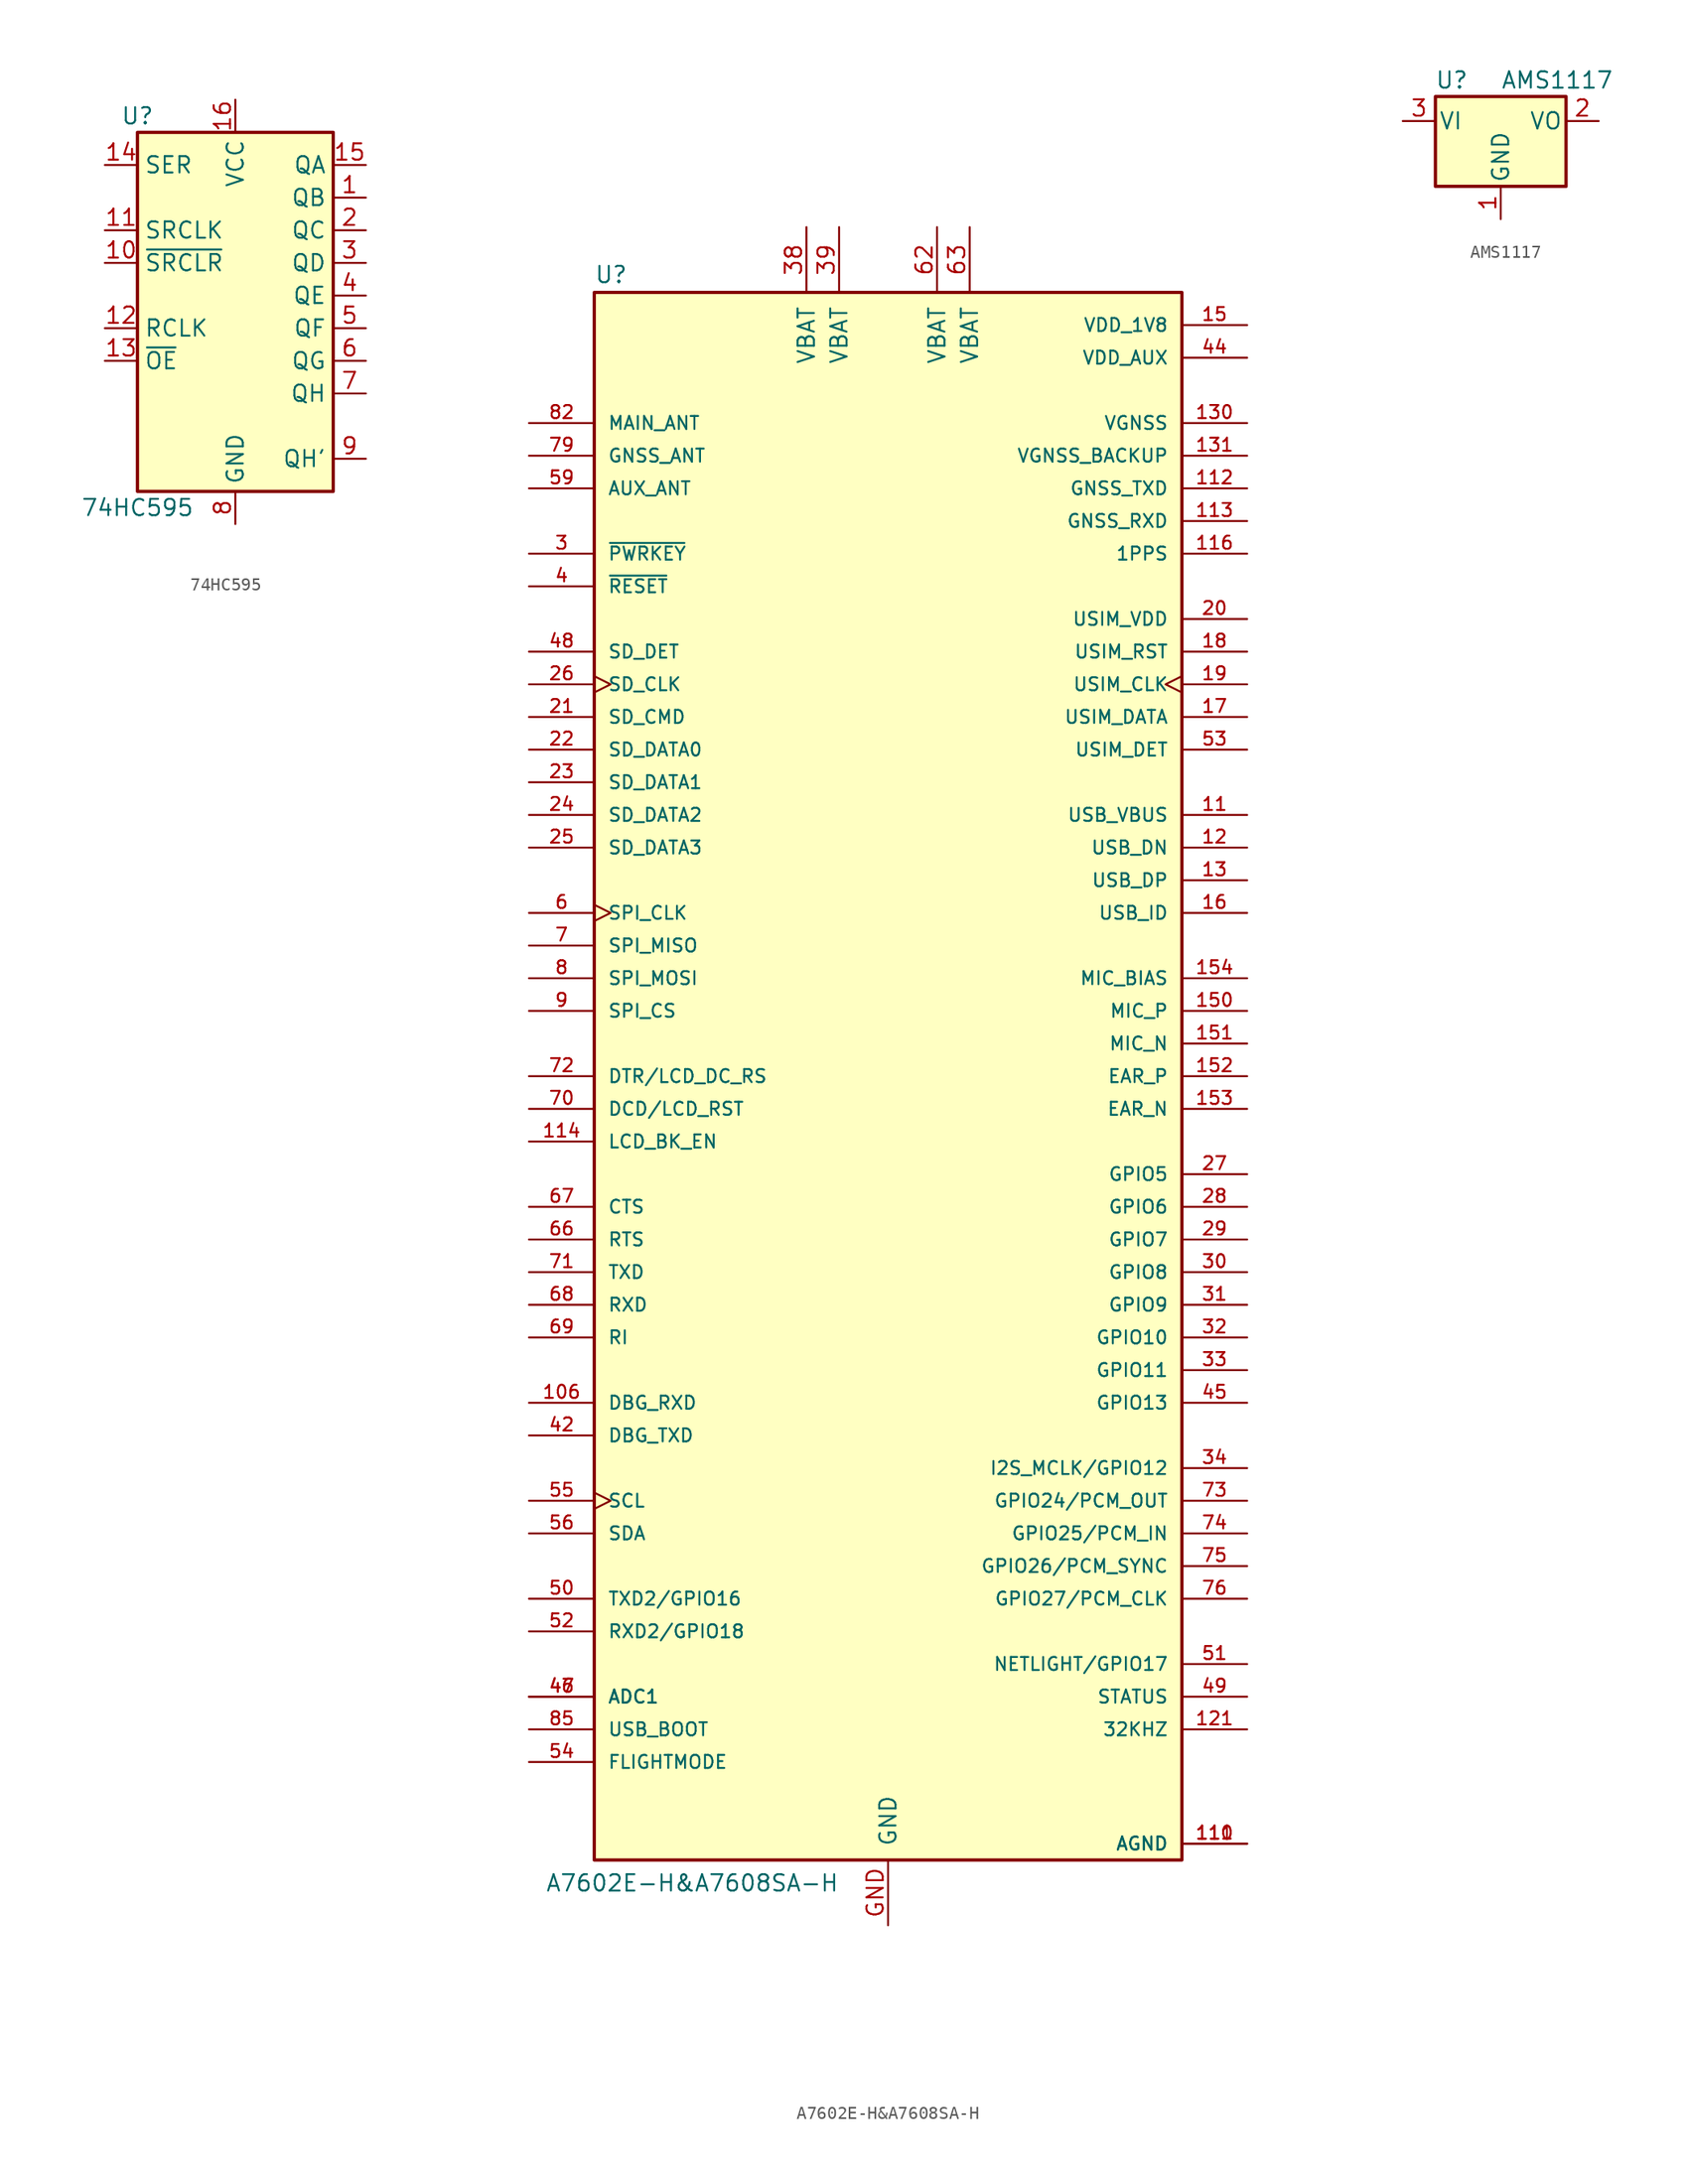
<source format=kicad_sym>
(kicad_symbol_lib
  (version 20220914)
  (generator kicad_symbol_editor)
  (symbol "74HC595"
    (property "Reference" "U"
      (at -7.62 13.97 0)
      (effects (font (size 1.27 1.27))))
    (property "Value" "74HC595"
      (at -7.62 -16.51 0)
      (effects (font (size 1.27 1.27))))
    (symbol "74HC595_1_0"
      (pin tri_state line (at 10.16 7.62 180) (length 2.54) (name "QB" (effects (font (size 1.27 1.27)))) (number "1" (effects (font (size 1.27 1.27)))))
      (pin input line (at -10.16 2.54 0) (length 2.54) (name "~{SRCLR}" (effects (font (size 1.27 1.27)))) (number "10" (effects (font (size 1.27 1.27)))))
      (pin input line (at -10.16 5.08 0) (length 2.54) (name "SRCLK" (effects (font (size 1.27 1.27)))) (number "11" (effects (font (size 1.27 1.27)))))
      (pin input line (at -10.16 -2.54 0) (length 2.54) (name "RCLK" (effects (font (size 1.27 1.27)))) (number "12" (effects (font (size 1.27 1.27)))))
      (pin input line (at -10.16 -5.08 0) (length 2.54) (name "~{OE}" (effects (font (size 1.27 1.27)))) (number "13" (effects (font (size 1.27 1.27)))))
      (pin input line (at -10.16 10.16 0) (length 2.54) (name "SER" (effects (font (size 1.27 1.27)))) (number "14" (effects (font (size 1.27 1.27)))))
      (pin tri_state line (at 10.16 10.16 180) (length 2.54) (name "QA" (effects (font (size 1.27 1.27)))) (number "15" (effects (font (size 1.27 1.27)))))
      (pin power_in line (at 0 15.24 270) (length 2.54) (name "VCC" (effects (font (size 1.27 1.27)))) (number "16" (effects (font (size 1.27 1.27)))))
      (pin tri_state line (at 10.16 5.08 180) (length 2.54) (name "QC" (effects (font (size 1.27 1.27)))) (number "2" (effects (font (size 1.27 1.27)))))
      (pin tri_state line (at 10.16 2.54 180) (length 2.54) (name "QD" (effects (font (size 1.27 1.27)))) (number "3" (effects (font (size 1.27 1.27)))))
      (pin tri_state line (at 10.16 0 180) (length 2.54) (name "QE" (effects (font (size 1.27 1.27)))) (number "4" (effects (font (size 1.27 1.27)))))
      (pin tri_state line (at 10.16 -2.54 180) (length 2.54) (name "QF" (effects (font (size 1.27 1.27)))) (number "5" (effects (font (size 1.27 1.27)))))
      (pin tri_state line (at 10.16 -5.08 180) (length 2.54) (name "QG" (effects (font (size 1.27 1.27)))) (number "6" (effects (font (size 1.27 1.27)))))
      (pin tri_state line (at 10.16 -7.62 180) (length 2.54) (name "QH" (effects (font (size 1.27 1.27)))) (number "7" (effects (font (size 1.27 1.27)))))
      (pin power_in line (at 0 -17.78 90) (length 2.54) (name "GND" (effects (font (size 1.27 1.27)))) (number "8" (effects (font (size 1.27 1.27)))))
      (pin output line (at 10.16 -12.7 180) (length 2.54) (name "QH'" (effects (font (size 1.27 1.27)))) (number "9" (effects (font (size 1.27 1.27))))))
    (symbol "74HC595_1_1"
      (rectangle (start -7.62 12.7) (end 7.62 -15.24) (stroke (width 0.254) (type default)) (fill (type background)))))
  (symbol "A7602E-H&A7608SA-H"
    (pin_names
      (offset 1.016))
    (property "Reference" "U"
      (at -22.86 61.595 0)
      (effects (font (size 1.27 1.27)) (justify left bottom)))
    (property "Value" "A7602E-H&A7608SA-H"
      (at -26.67 -63.5 0)
      (effects (font (size 1.27 1.27)) (justify left bottom)))
    (symbol "A7602E-H&A7608SA-H_1_0"
      (rectangle (start -22.86 -60.96) (end 22.86 60.96) (stroke (width 0.254) (type default)) (fill (type background)))
      (pin input line (at -27.94 -25.4 0) (length 5.08) (name "DBG_RXD" (effects (font (size 1.016 1.016)))) (number "106" (effects (font (size 1.016 1.016)))))
      (pin input line (at 27.94 20.32 180) (length 5.08) (name "USB_VBUS" (effects (font (size 1.016 1.016)))) (number "11" (effects (font (size 1.016 1.016)))))
      (pin power_in line (at 27.94 -59.69 180) (length 5.08) (name "AGND" (effects (font (size 1.016 1.016)))) (number "110" (effects (font (size 1.016 1.016)))))
      (pin power_in line (at 27.94 -59.69 180) (length 5.08) (name "AGND" (effects (font (size 1.016 1.016)))) (number "111" (effects (font (size 1.016 1.016)))))
      (pin output line (at 27.94 45.72 180) (length 5.08) (name "GNSS_TXD" (effects (font (size 1.016 1.016)))) (number "112" (effects (font (size 1.016 1.016)))))
      (pin input line (at 27.94 43.18 180) (length 5.08) (name "GNSS_RXD" (effects (font (size 1.016 1.016)))) (number "113" (effects (font (size 1.016 1.016)))))
      (pin output line (at -27.94 -5.08 0) (length 5.08) (name "LCD_BK_EN" (effects (font (size 1.016 1.016)))) (number "114" (effects (font (size 1.016 1.016)))))
      (pin bidirectional line (at 27.94 40.64 180) (length 5.08) (name "1PPS" (effects (font (size 1.016 1.016)))) (number "116" (effects (font (size 1.016 1.016)))))
      (pin bidirectional line (at 27.94 17.78 180) (length 5.08) (name "USB_DN" (effects (font (size 1.016 1.016)))) (number "12" (effects (font (size 1.016 1.016)))))
      (pin output line (at 27.94 -50.8 180) (length 5.08) (name "32KHZ" (effects (font (size 1.016 1.016)))) (number "121" (effects (font (size 1.016 1.016)))))
      (pin bidirectional line (at 27.94 15.24 180) (length 5.08) (name "USB_DP" (effects (font (size 1.016 1.016)))) (number "13" (effects (font (size 1.016 1.016)))))
      (pin power_in line (at 27.94 50.8 180) (length 5.08) (name "VGNSS" (effects (font (size 1.016 1.016)))) (number "130" (effects (font (size 1.016 1.016)))))
      (pin power_in line (at 27.94 48.26 180) (length 5.08) (name "VGNSS_BACKUP" (effects (font (size 1.016 1.016)))) (number "131" (effects (font (size 1.016 1.016)))))
      (pin output line (at 27.94 58.42 180) (length 5.08) (name "VDD_1V8" (effects (font (size 1.016 1.016)))) (number "15" (effects (font (size 1.016 1.016)))))
      (pin input line (at 27.94 5.08 180) (length 5.08) (name "MIC_P" (effects (font (size 1.016 1.016)))) (number "150" (effects (font (size 1.016 1.016)))))
      (pin input line (at 27.94 2.54 180) (length 5.08) (name "MIC_N" (effects (font (size 1.016 1.016)))) (number "151" (effects (font (size 1.016 1.016)))))
      (pin output line (at 27.94 0 180) (length 5.08) (name "EAR_P" (effects (font (size 1.016 1.016)))) (number "152" (effects (font (size 1.016 1.016)))))
      (pin output line (at 27.94 -2.54 180) (length 5.08) (name "EAR_N" (effects (font (size 1.016 1.016)))) (number "153" (effects (font (size 1.016 1.016)))))
      (pin output line (at 27.94 7.62 180) (length 5.08) (name "MIC_BIAS" (effects (font (size 1.016 1.016)))) (number "154" (effects (font (size 1.016 1.016)))))
      (pin input line (at 27.94 12.7 180) (length 5.08) (name "USB_ID" (effects (font (size 1.016 1.016)))) (number "16" (effects (font (size 1.016 1.016)))))
      (pin bidirectional line (at 27.94 27.94 180) (length 5.08) (name "USIM_DATA" (effects (font (size 1.016 1.016)))) (number "17" (effects (font (size 1.016 1.016)))))
      (pin output line (at 27.94 33.02 180) (length 5.08) (name "USIM_RST" (effects (font (size 1.016 1.016)))) (number "18" (effects (font (size 1.016 1.016)))))
      (pin output clock (at 27.94 30.48 180) (length 5.08) (name "USIM_CLK" (effects (font (size 1.016 1.016)))) (number "19" (effects (font (size 1.016 1.016)))))
      (pin power_in line (at 27.94 35.56 180) (length 5.08) (name "USIM_VDD" (effects (font (size 1.016 1.016)))) (number "20" (effects (font (size 1.016 1.016)))))
      (pin bidirectional line (at -27.94 27.94 0) (length 5.08) (name "SD_CMD" (effects (font (size 1.016 1.016)))) (number "21" (effects (font (size 1.016 1.016)))))
      (pin bidirectional line (at -27.94 25.4 0) (length 5.08) (name "SD_DATA0" (effects (font (size 1.016 1.016)))) (number "22" (effects (font (size 1.016 1.016)))))
      (pin bidirectional line (at -27.94 22.86 0) (length 5.08) (name "SD_DATA1" (effects (font (size 1.016 1.016)))) (number "23" (effects (font (size 1.016 1.016)))))
      (pin bidirectional line (at -27.94 20.32 0) (length 5.08) (name "SD_DATA2" (effects (font (size 1.016 1.016)))) (number "24" (effects (font (size 1.016 1.016)))))
      (pin bidirectional line (at -27.94 17.78 0) (length 5.08) (name "SD_DATA3" (effects (font (size 1.016 1.016)))) (number "25" (effects (font (size 1.016 1.016)))))
      (pin output clock (at -27.94 30.48 0) (length 5.08) (name "SD_CLK" (effects (font (size 1.016 1.016)))) (number "26" (effects (font (size 1.016 1.016)))))
      (pin bidirectional line (at 27.94 -7.62 180) (length 5.08) (name "GPIO5" (effects (font (size 1.016 1.016)))) (number "27" (effects (font (size 1.016 1.016)))))
      (pin bidirectional line (at 27.94 -10.16 180) (length 5.08) (name "GPIO6" (effects (font (size 1.016 1.016)))) (number "28" (effects (font (size 1.016 1.016)))))
      (pin bidirectional line (at 27.94 -12.7 180) (length 5.08) (name "GPIO7" (effects (font (size 1.016 1.016)))) (number "29" (effects (font (size 1.016 1.016)))))
      (pin input line (at -27.94 40.64 0) (length 5.08) (name "~{PWRKEY}" (effects (font (size 1.016 1.016)))) (number "3" (effects (font (size 1.016 1.016)))))
      (pin bidirectional line (at 27.94 -15.24 180) (length 5.08) (name "GPIO8" (effects (font (size 1.016 1.016)))) (number "30" (effects (font (size 1.016 1.016)))))
      (pin bidirectional line (at 27.94 -17.78 180) (length 5.08) (name "GPIO9" (effects (font (size 1.016 1.016)))) (number "31" (effects (font (size 1.016 1.016)))))
      (pin bidirectional line (at 27.94 -20.32 180) (length 5.08) (name "GPIO10" (effects (font (size 1.016 1.016)))) (number "32" (effects (font (size 1.016 1.016)))))
      (pin bidirectional line (at 27.94 -22.86 180) (length 5.08) (name "GPIO11" (effects (font (size 1.016 1.016)))) (number "33" (effects (font (size 1.016 1.016)))))
      (pin bidirectional line (at 27.94 -30.48 180) (length 5.08) (name "I2S_MCLK/GPIO12" (effects (font (size 1.016 1.016)))) (number "34" (effects (font (size 1.016 1.016)))))
      (pin input line (at -27.94 38.1 0) (length 5.08) (name "~{RESET}" (effects (font (size 1.016 1.016)))) (number "4" (effects (font (size 1.016 1.016)))))
      (pin output line (at -27.94 -27.94 0) (length 5.08) (name "DBG_TXD" (effects (font (size 1.016 1.016)))) (number "42" (effects (font (size 1.016 1.016)))))
      (pin output line (at 27.94 55.88 180) (length 5.08) (name "VDD_AUX" (effects (font (size 1.016 1.016)))) (number "44" (effects (font (size 1.016 1.016)))))
      (pin bidirectional line (at 27.94 -25.4 180) (length 5.08) (name "GPIO13" (effects (font (size 1.016 1.016)))) (number "45" (effects (font (size 1.016 1.016)))))
      (pin input line (at -27.94 -48.26 0) (length 5.08) (name "ADC1" (effects (font (size 1.016 1.016)))) (number "46" (effects (font (size 1.016 1.016)))))
      (pin input line (at -27.94 -48.26 0) (length 5.08) (name "ADC1" (effects (font (size 1.016 1.016)))) (number "47" (effects (font (size 1.016 1.016)))))
      (pin input line (at -27.94 33.02 0) (length 5.08) (name "SD_DET" (effects (font (size 1.016 1.016)))) (number "48" (effects (font (size 1.016 1.016)))))
      (pin output line (at 27.94 -48.26 180) (length 5.08) (name "STATUS" (effects (font (size 1.016 1.016)))) (number "49" (effects (font (size 1.016 1.016)))))
      (pin bidirectional line (at -27.94 -40.64 0) (length 5.08) (name "TXD2/GPIO16" (effects (font (size 1.016 1.016)))) (number "50" (effects (font (size 1.016 1.016)))))
      (pin bidirectional line (at 27.94 -45.72 180) (length 5.08) (name "NETLIGHT/GPIO17" (effects (font (size 1.016 1.016)))) (number "51" (effects (font (size 1.016 1.016)))))
      (pin bidirectional line (at -27.94 -43.18 0) (length 5.08) (name "RXD2/GPIO18" (effects (font (size 1.016 1.016)))) (number "52" (effects (font (size 1.016 1.016)))))
      (pin input line (at 27.94 25.4 180) (length 5.08) (name "USIM_DET" (effects (font (size 1.016 1.016)))) (number "53" (effects (font (size 1.016 1.016)))))
      (pin input line (at -27.94 -53.34 0) (length 5.08) (name "FLIGHTMODE" (effects (font (size 1.016 1.016)))) (number "54" (effects (font (size 1.016 1.016)))))
      (pin output clock (at -27.94 -33.02 0) (length 5.08) (name "SCL" (effects (font (size 1.016 1.016)))) (number "55" (effects (font (size 1.016 1.016)))))
      (pin bidirectional line (at -27.94 -35.56 0) (length 5.08) (name "SDA" (effects (font (size 1.016 1.016)))) (number "56" (effects (font (size 1.016 1.016)))))
      (pin input line (at -27.94 45.72 0) (length 5.08) (name "AUX_ANT" (effects (font (size 1.016 1.016)))) (number "59" (effects (font (size 1.016 1.016)))))
      (pin output clock (at -27.94 12.7 0) (length 5.08) (name "SPI_CLK" (effects (font (size 1.016 1.016)))) (number "6" (effects (font (size 1.016 1.016)))))
      (pin output line (at -27.94 -12.7 0) (length 5.08) (name "RTS" (effects (font (size 1.016 1.016)))) (number "66" (effects (font (size 1.016 1.016)))))
      (pin input line (at -27.94 -10.16 0) (length 5.08) (name "CTS" (effects (font (size 1.016 1.016)))) (number "67" (effects (font (size 1.016 1.016)))))
      (pin input line (at -27.94 -17.78 0) (length 5.08) (name "RXD" (effects (font (size 1.016 1.016)))) (number "68" (effects (font (size 1.016 1.016)))))
      (pin output line (at -27.94 -20.32 0) (length 5.08) (name "RI" (effects (font (size 1.016 1.016)))) (number "69" (effects (font (size 1.016 1.016)))))
      (pin input line (at -27.94 10.16 0) (length 5.08) (name "SPI_MISO" (effects (font (size 1.016 1.016)))) (number "7" (effects (font (size 1.016 1.016)))))
      (pin output line (at -27.94 -2.54 0) (length 5.08) (name "DCD/LCD_RST" (effects (font (size 1.016 1.016)))) (number "70" (effects (font (size 1.016 1.016)))))
      (pin output line (at -27.94 -15.24 0) (length 5.08) (name "TXD" (effects (font (size 1.016 1.016)))) (number "71" (effects (font (size 1.016 1.016)))))
      (pin bidirectional line (at -27.94 0 0) (length 5.08) (name "DTR/LCD_DC_RS" (effects (font (size 1.016 1.016)))) (number "72" (effects (font (size 1.016 1.016)))))
      (pin bidirectional line (at 27.94 -33.02 180) (length 5.08) (name "GPIO24/PCM_OUT" (effects (font (size 1.016 1.016)))) (number "73" (effects (font (size 1.016 1.016)))))
      (pin bidirectional line (at 27.94 -35.56 180) (length 5.08) (name "GPIO25/PCM_IN" (effects (font (size 1.016 1.016)))) (number "74" (effects (font (size 1.016 1.016)))))
      (pin bidirectional line (at 27.94 -38.1 180) (length 5.08) (name "GPIO26/PCM_SYNC" (effects (font (size 1.016 1.016)))) (number "75" (effects (font (size 1.016 1.016)))))
      (pin bidirectional line (at 27.94 -40.64 180) (length 5.08) (name "GPIO27/PCM_CLK" (effects (font (size 1.016 1.016)))) (number "76" (effects (font (size 1.016 1.016)))))
      (pin input line (at -27.94 48.26 0) (length 5.08) (name "GNSS_ANT" (effects (font (size 1.016 1.016)))) (number "79" (effects (font (size 1.016 1.016)))))
      (pin output line (at -27.94 7.62 0) (length 5.08) (name "SPI_MOSI" (effects (font (size 1.016 1.016)))) (number "8" (effects (font (size 1.016 1.016)))))
      (pin bidirectional line (at -27.94 50.8 0) (length 5.08) (name "MAIN_ANT" (effects (font (size 1.016 1.016)))) (number "82" (effects (font (size 1.016 1.016)))))
      (pin input line (at -27.94 -50.8 0) (length 5.08) (name "USB_BOOT" (effects (font (size 1.016 1.016)))) (number "85" (effects (font (size 1.016 1.016)))))
      (pin output line (at -27.94 5.08 0) (length 5.08) (name "SPI_CS" (effects (font (size 1.016 1.016)))) (number "9" (effects (font (size 1.016 1.016))))))
    (symbol "A7602E-H&A7608SA-H_1_1"
      (pin power_in line (at -6.35 66.04 270) (length 5.08) (name "VBAT" (effects (font (size 1.27 1.27)))) (number "38" (effects (font (size 1.27 1.27)))))
      (pin power_in line (at -3.81 66.04 270) (length 5.08) (name "VBAT" (effects (font (size 1.27 1.27)))) (number "39" (effects (font (size 1.27 1.27)))))
      (pin power_in line (at 3.81 66.04 270) (length 5.08) (name "VBAT" (effects (font (size 1.27 1.27)))) (number "62" (effects (font (size 1.27 1.27)))))
      (pin power_in line (at 6.35 66.04 270) (length 5.08) (name "VBAT" (effects (font (size 1.27 1.27)))) (number "63" (effects (font (size 1.27 1.27)))))
      (pin power_in line (at 0 -66.04 90) (length 5.08) (name "GND" (effects (font (size 1.27 1.27)))) (number "GND" (effects (font (size 1.27 1.27)))))))
  (symbol "AMS1117"
    (pin_names
      (offset 0.254))
    (property "Reference" "U"
      (at -3.81 3.175 0)
      (effects (font (size 1.27 1.27))))
    (property "Value" "AMS1117"
      (at 0 3.175 0)
      (effects (font (size 1.27 1.27)) (justify left)))
    (symbol "AMS1117_0_1"
      (rectangle (start -5.08 -5.08) (end 5.08 1.905) (stroke (width 0.254) (type default)) (fill (type background))))
    (symbol "AMS1117_1_1"
      (pin power_in line (at 0 -7.62 90) (length 2.54) (name "GND" (effects (font (size 1.27 1.27)))) (number "1" (effects (font (size 1.27 1.27)))))
      (pin power_out line (at 7.62 0 180) (length 2.54) (name "VO" (effects (font (size 1.27 1.27)))) (number "2" (effects (font (size 1.27 1.27)))))
      (pin power_in line (at -7.62 0 0) (length 2.54) (name "VI" (effects (font (size 1.27 1.27)))) (number "3" (effects (font (size 1.27 1.27))))))))
</source>
